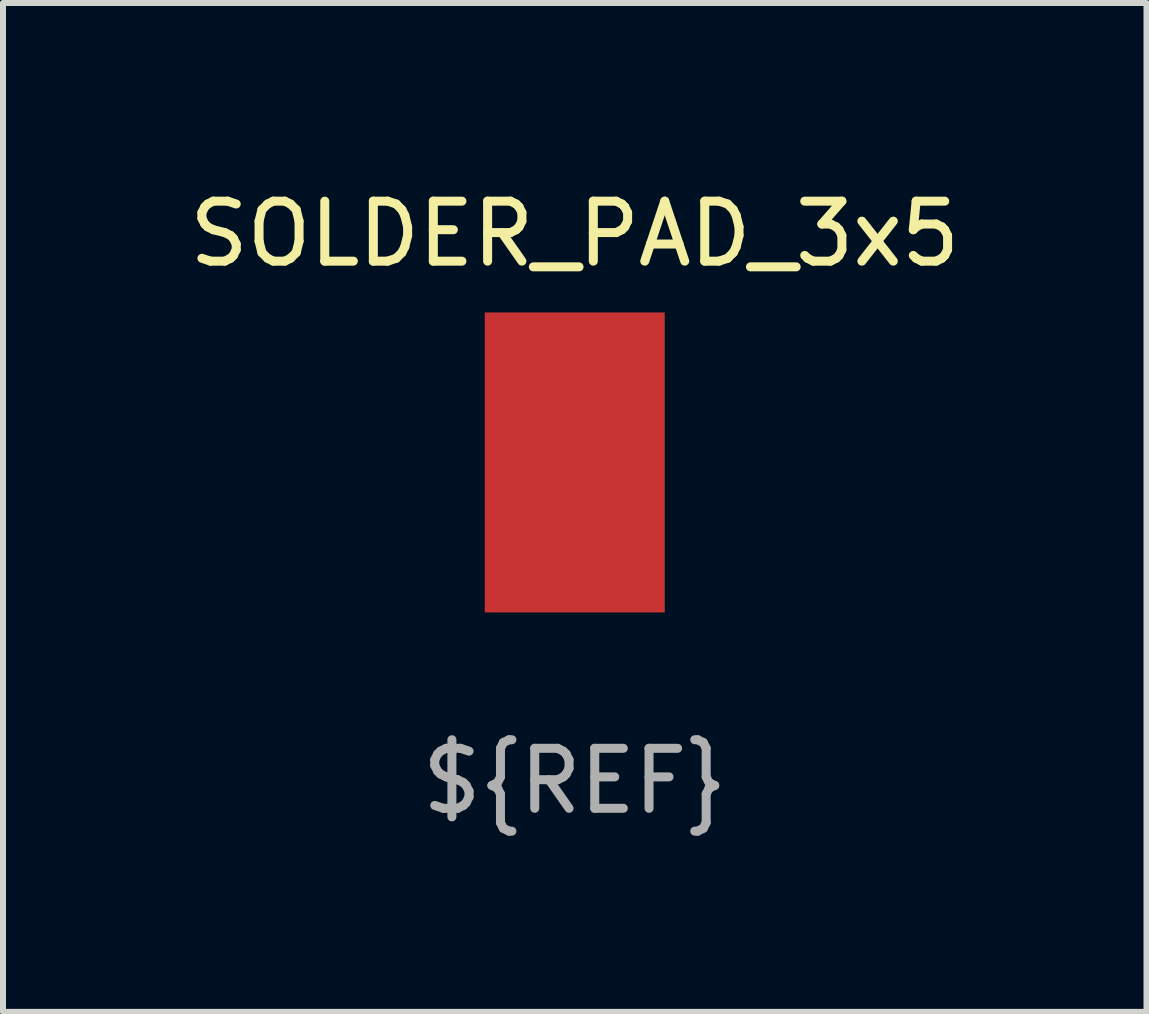
<source format=kicad_pcb>
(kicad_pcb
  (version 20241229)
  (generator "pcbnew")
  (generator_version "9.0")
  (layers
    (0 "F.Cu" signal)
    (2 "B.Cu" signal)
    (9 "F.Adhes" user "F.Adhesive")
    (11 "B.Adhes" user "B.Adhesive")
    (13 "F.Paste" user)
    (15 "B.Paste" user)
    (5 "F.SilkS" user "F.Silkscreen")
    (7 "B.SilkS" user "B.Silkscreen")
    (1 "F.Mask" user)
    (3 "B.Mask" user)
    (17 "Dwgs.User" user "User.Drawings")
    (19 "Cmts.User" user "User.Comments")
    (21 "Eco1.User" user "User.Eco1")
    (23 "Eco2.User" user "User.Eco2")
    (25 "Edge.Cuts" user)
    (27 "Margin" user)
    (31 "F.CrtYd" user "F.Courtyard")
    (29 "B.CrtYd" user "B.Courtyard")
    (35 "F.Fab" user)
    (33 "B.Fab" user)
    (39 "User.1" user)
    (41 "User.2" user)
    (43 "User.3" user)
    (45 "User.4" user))
  (footprint "SOLDER_PAD_3x5"
    (layer "F.Cu")
    (at 6.53 4.658)
    (property "Reference" "SOLDER_PAD_3x5" (at 0 -3.81 0) (unlocked yes) (layer "F.SilkS") (effects (font (size 1 1) (thickness 0.15))))
    (attr smd)
    (fp_text user "${REF}" (at 0 5.31 0) (unlocked yes) (layer "F.Fab") (effects (font (size 1 1) (thickness 0.15))))
    (pad "1" smd rect (at 0 0) (size 3 5) (layers "F.Cu" "F.Mask" "F.Paste")))
  (gr_rect
    (start -3 -3)
    (end 16.06 13.816)
    (stroke (width 0.1) (type default))
    (fill no)
    (layer "Edge.Cuts")))
</source>
